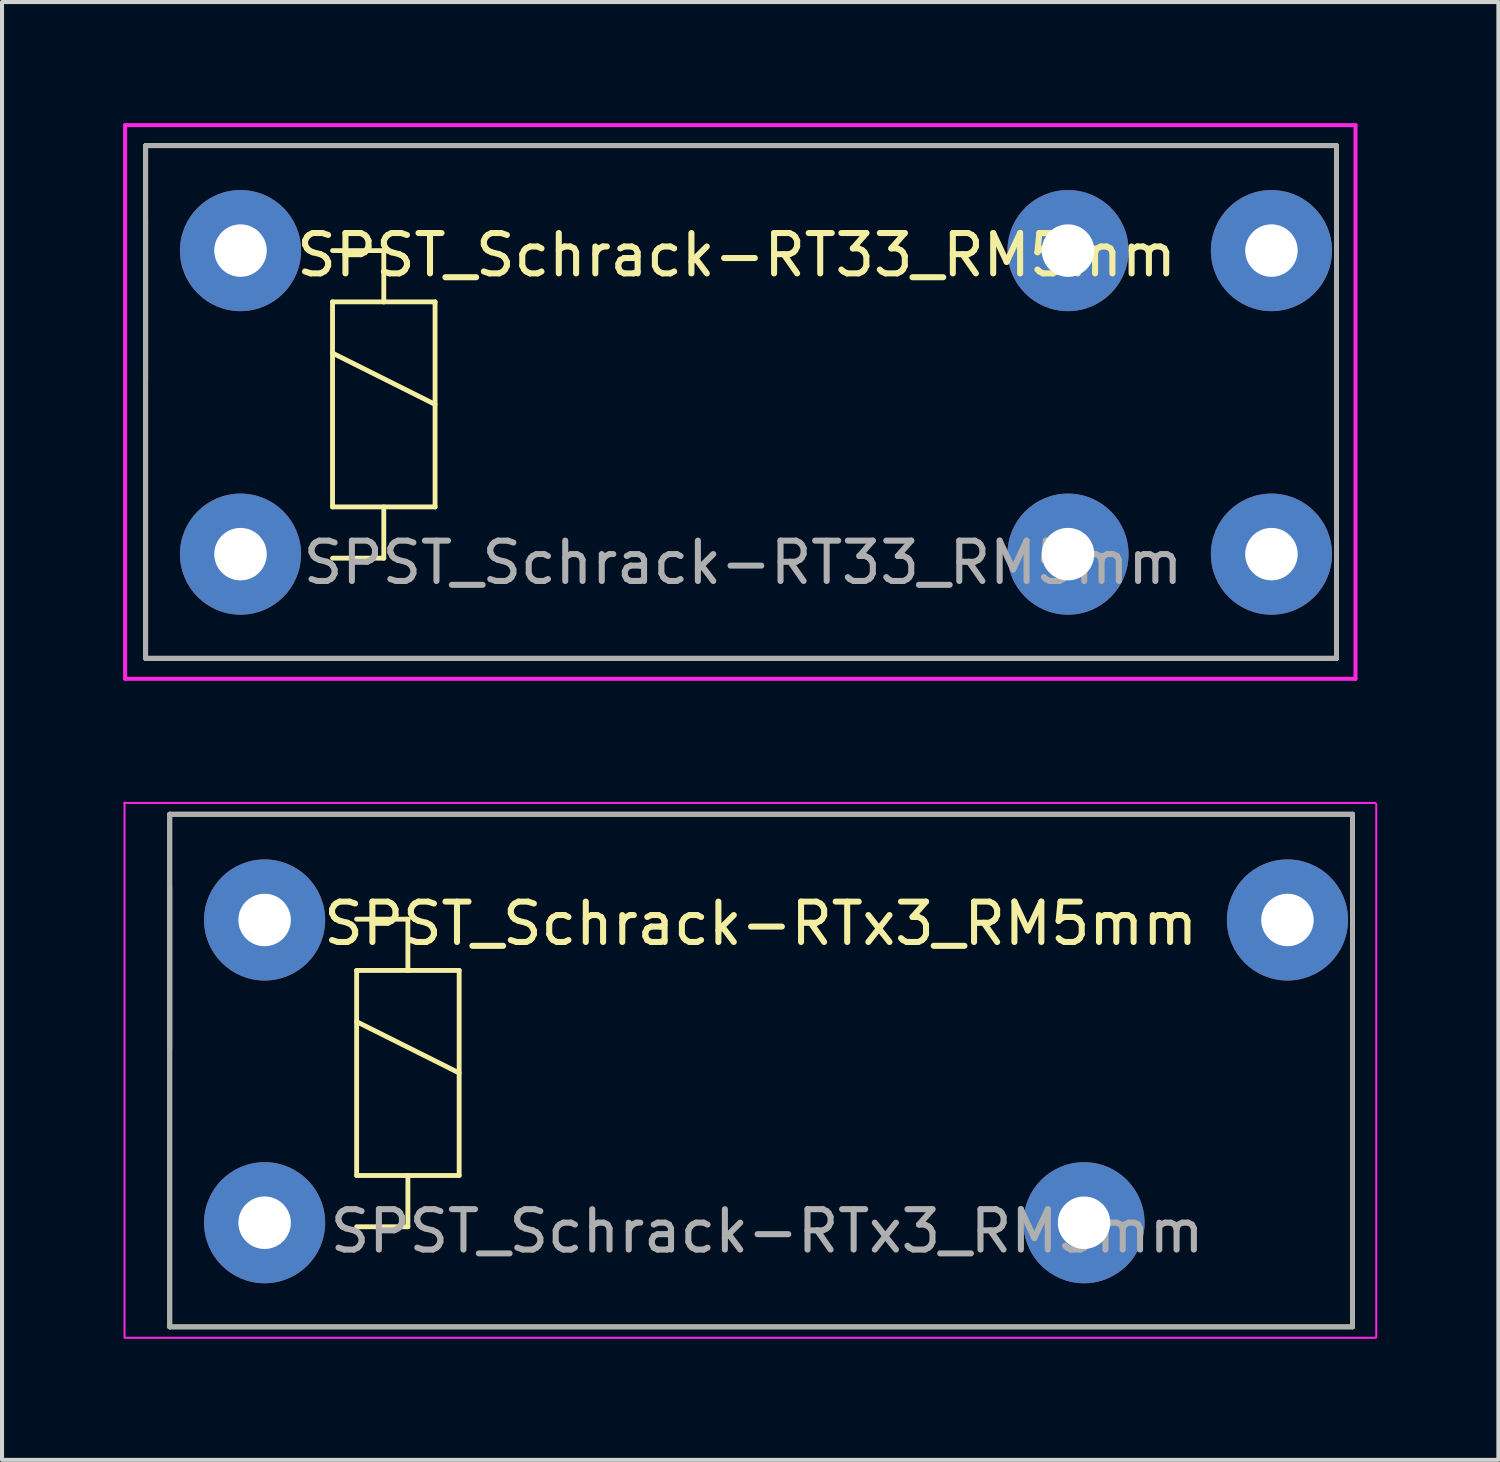
<source format=kicad_pcb>
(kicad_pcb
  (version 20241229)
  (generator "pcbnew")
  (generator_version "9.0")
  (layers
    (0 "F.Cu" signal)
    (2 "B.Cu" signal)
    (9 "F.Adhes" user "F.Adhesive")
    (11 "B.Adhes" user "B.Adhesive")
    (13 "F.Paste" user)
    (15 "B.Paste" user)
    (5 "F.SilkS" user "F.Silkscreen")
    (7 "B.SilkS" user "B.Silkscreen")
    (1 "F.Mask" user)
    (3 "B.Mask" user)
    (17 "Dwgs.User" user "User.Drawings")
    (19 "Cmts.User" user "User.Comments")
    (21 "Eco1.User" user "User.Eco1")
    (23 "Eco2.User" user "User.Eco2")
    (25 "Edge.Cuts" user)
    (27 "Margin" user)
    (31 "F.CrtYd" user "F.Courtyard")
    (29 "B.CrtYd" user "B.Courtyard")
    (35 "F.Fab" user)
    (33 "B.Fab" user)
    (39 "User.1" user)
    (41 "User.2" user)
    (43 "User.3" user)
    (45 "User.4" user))
  (footprint "SPST_Schrack-RTx3_RM5mm"
    (layer "F.Cu")
    (at 1.155 17.121)
    (property "Reference" "SPST_Schrack-RTx3_RM5mm" (at 14.64 2.71 0) (layer "F.SilkS") (effects (font (size 1 1) (thickness 0.15))))
    (attr through_hole)
    (fp_line (start 0 0) (end 29.3 0) (stroke (width 0.12) (type solid)) (layer "F.SilkS"))
    (fp_line (start 0 12.7) (end 0 0) (stroke (width 0.12) (type solid)) (layer "F.SilkS"))
    (fp_line (start 4.63 2.6) (end 5.9 2.6) (stroke (width 0.12) (type solid)) (layer "F.SilkS"))
    (fp_line (start 4.63 3.87) (end 5.9 3.87) (stroke (width 0.12) (type solid)) (layer "F.SilkS"))
    (fp_line (start 4.63 5.14) (end 7.17 6.41) (stroke (width 0.12) (type solid)) (layer "F.SilkS"))
    (fp_line (start 4.63 8.95) (end 4.63 3.87) (stroke (width 0.12) (type solid)) (layer "F.SilkS"))
    (fp_line (start 5.9 2.6) (end 5.9 3.87) (stroke (width 0.12) (type solid)) (layer "F.SilkS"))
    (fp_line (start 5.9 3.87) (end 7.17 3.87) (stroke (width 0.12) (type solid)) (layer "F.SilkS"))
    (fp_line (start 5.9 8.95) (end 5.9 10.22) (stroke (width 0.12) (type solid)) (layer "F.SilkS"))
    (fp_line (start 5.9 10.22) (end 4.63 10.22) (stroke (width 0.12) (type solid)) (layer "F.SilkS"))
    (fp_line (start 7.17 3.87) (end 7.17 8.95) (stroke (width 0.12) (type solid)) (layer "F.SilkS"))
    (fp_line (start 7.17 8.95) (end 4.63 8.95) (stroke (width 0.12) (type solid)) (layer "F.SilkS"))
    (fp_line (start 29.3 0) (end 29.3 12.7) (stroke (width 0.12) (type solid)) (layer "F.SilkS"))
    (fp_line (start 29.3 12.7) (end 0 12.7) (stroke (width 0.12) (type solid)) (layer "F.SilkS"))
    (fp_line (start -1.13 -0.28) (end 29.87 -0.28) (stroke (width 0.05) (type solid)) (layer "F.CrtYd"))
    (fp_line (start -1.12 12.95) (end -1.12 -0.25) (stroke (width 0.05) (type solid)) (layer "F.CrtYd"))
    (fp_line (start 29.88 12.97) (end -1.12 12.97) (stroke (width 0.05) (type solid)) (layer "F.CrtYd"))
    (fp_line (start 29.89 -0.25) (end 29.89 12.95) (stroke (width 0.05) (type solid)) (layer "F.CrtYd"))
    (fp_line (start 0 0) (end 0 12.7) (stroke (width 0.12) (type solid)) (layer "F.Fab"))
    (fp_line (start 0 0) (end 29.3 0) (stroke (width 0.12) (type solid)) (layer "F.Fab"))
    (fp_line (start 0 1.8) (end 0 5.8) (stroke (width 0.12) (type solid)) (layer "F.Fab"))
    (fp_line (start 0 12.7) (end 29.3 12.7) (stroke (width 0.12) (type solid)) (layer "F.Fab"))
    (fp_line (start 29.3 0) (end 29.3 12.7) (stroke (width 0.12) (type solid)) (layer "F.Fab"))
    (fp_text user "${REFERENCE}" (at 14.8 10.33 0) (layer "F.Fab") (effects (font (size 1 1) (thickness 0.15))))
    (pad "11" thru_hole circle (at 22.65 10.12) (size 3 3) (drill 1.3) (layers "*.Cu" "*.Mask"))
    (pad "14" thru_hole circle (at 27.69 2.62) (size 3 3) (drill 1.3) (layers "*.Cu" "*.Mask"))
    (pad "A1" thru_hole circle (at 2.35 2.62) (size 3 3) (drill 1.3) (layers "*.Cu" "*.Mask"))
    (pad "A2" thru_hole circle (at 2.35 10.12) (size 3 3) (drill 1.3) (layers "*.Cu" "*.Mask")))
  (footprint "SPST_Schrack-RT33_RM5mm"
    (layer "F.Cu")
    (at 0.558 0.558)
    (property "Reference" "SPST_Schrack-RT33_RM5mm" (at 14.64 2.71 0) (layer "F.SilkS") (effects (font (size 1 1) (thickness 0.15))))
    (attr through_hole)
    (fp_line (start 0 0) (end 29.5 0) (stroke (width 0.12) (type solid)) (layer "F.SilkS"))
    (fp_line (start 0 12.7) (end 0 0) (stroke (width 0.12) (type solid)) (layer "F.SilkS"))
    (fp_line (start 4.63 2.6) (end 5.9 2.6) (stroke (width 0.12) (type solid)) (layer "F.SilkS"))
    (fp_line (start 4.63 3.87) (end 5.9 3.87) (stroke (width 0.12) (type solid)) (layer "F.SilkS"))
    (fp_line (start 4.63 5.14) (end 7.17 6.41) (stroke (width 0.12) (type solid)) (layer "F.SilkS"))
    (fp_line (start 4.63 8.95) (end 4.63 3.87) (stroke (width 0.12) (type solid)) (layer "F.SilkS"))
    (fp_line (start 5.9 2.6) (end 5.9 3.87) (stroke (width 0.12) (type solid)) (layer "F.SilkS"))
    (fp_line (start 5.9 3.87) (end 7.17 3.87) (stroke (width 0.12) (type solid)) (layer "F.SilkS"))
    (fp_line (start 5.9 8.95) (end 5.9 10.22) (stroke (width 0.12) (type solid)) (layer "F.SilkS"))
    (fp_line (start 5.9 10.22) (end 4.63 10.22) (stroke (width 0.12) (type solid)) (layer "F.SilkS"))
    (fp_line (start 7.17 3.87) (end 7.17 8.95) (stroke (width 0.12) (type solid)) (layer "F.SilkS"))
    (fp_line (start 7.17 8.95) (end 4.63 8.95) (stroke (width 0.12) (type solid)) (layer "F.SilkS"))
    (fp_line (start 29.5 0) (end 29.5 12.7) (stroke (width 0.12) (type solid)) (layer "F.SilkS"))
    (fp_line (start 29.5 12.7) (end 0 12.7) (stroke (width 0.12) (type solid)) (layer "F.SilkS"))
    (fp_line (start -0.508 -0.508) (end 29.972 -0.508) (stroke (width 0.1) (type solid)) (layer "F.CrtYd"))
    (fp_line (start -0.508 13.208) (end -0.508 -0.508) (stroke (width 0.1) (type solid)) (layer "F.CrtYd"))
    (fp_line (start 29.972 -0.508) (end 29.972 13.208) (stroke (width 0.1) (type solid)) (layer "F.CrtYd"))
    (fp_line (start 29.972 13.208) (end -0.508 13.208) (stroke (width 0.1) (type solid)) (layer "F.CrtYd"))
    (fp_line (start 0 0) (end 0 12.7) (stroke (width 0.12) (type solid)) (layer "F.Fab"))
    (fp_line (start 0 0) (end 29.5 0) (stroke (width 0.12) (type solid)) (layer "F.Fab"))
    (fp_line (start 0 1.8) (end 0 5.8) (stroke (width 0.12) (type solid)) (layer "F.Fab"))
    (fp_line (start 0 12.7) (end 29.5 12.7) (stroke (width 0.12) (type solid)) (layer "F.Fab"))
    (fp_line (start 29.5 0) (end 29.5 12.7) (stroke (width 0.12) (type solid)) (layer "F.Fab"))
    (fp_text user "${REFERENCE}" (at 14.8 10.33 0) (layer "F.Fab") (effects (font (size 1 1) (thickness 0.15))))
    (pad "11" thru_hole circle (at 22.85 2.6) (size 3 3) (drill 1.3) (layers "*.Cu" "*.Mask"))
    (pad "11" thru_hole circle (at 22.85 10.12) (size 3 3) (drill 1.3) (layers "*.Cu" "*.Mask"))
    (pad "14" thru_hole circle (at 27.89 2.6) (size 3 3) (drill 1.3) (layers "*.Cu" "*.Mask"))
    (pad "14" thru_hole circle (at 27.89 10.12) (size 3 3) (drill 1.3) (layers "*.Cu" "*.Mask"))
    (pad "A1" thru_hole circle (at 2.35 2.6) (size 3 3) (drill 1.3) (layers "*.Cu" "*.Mask"))
    (pad "A2" thru_hole circle (at 2.35 10.12) (size 3 3) (drill 1.3) (layers "*.Cu" "*.Mask")))
  (gr_rect
    (start -3 -3)
    (end 34.07 33.116)
    (stroke (width 0.1) (type default))
    (fill no)
    (layer "Edge.Cuts")))
</source>
